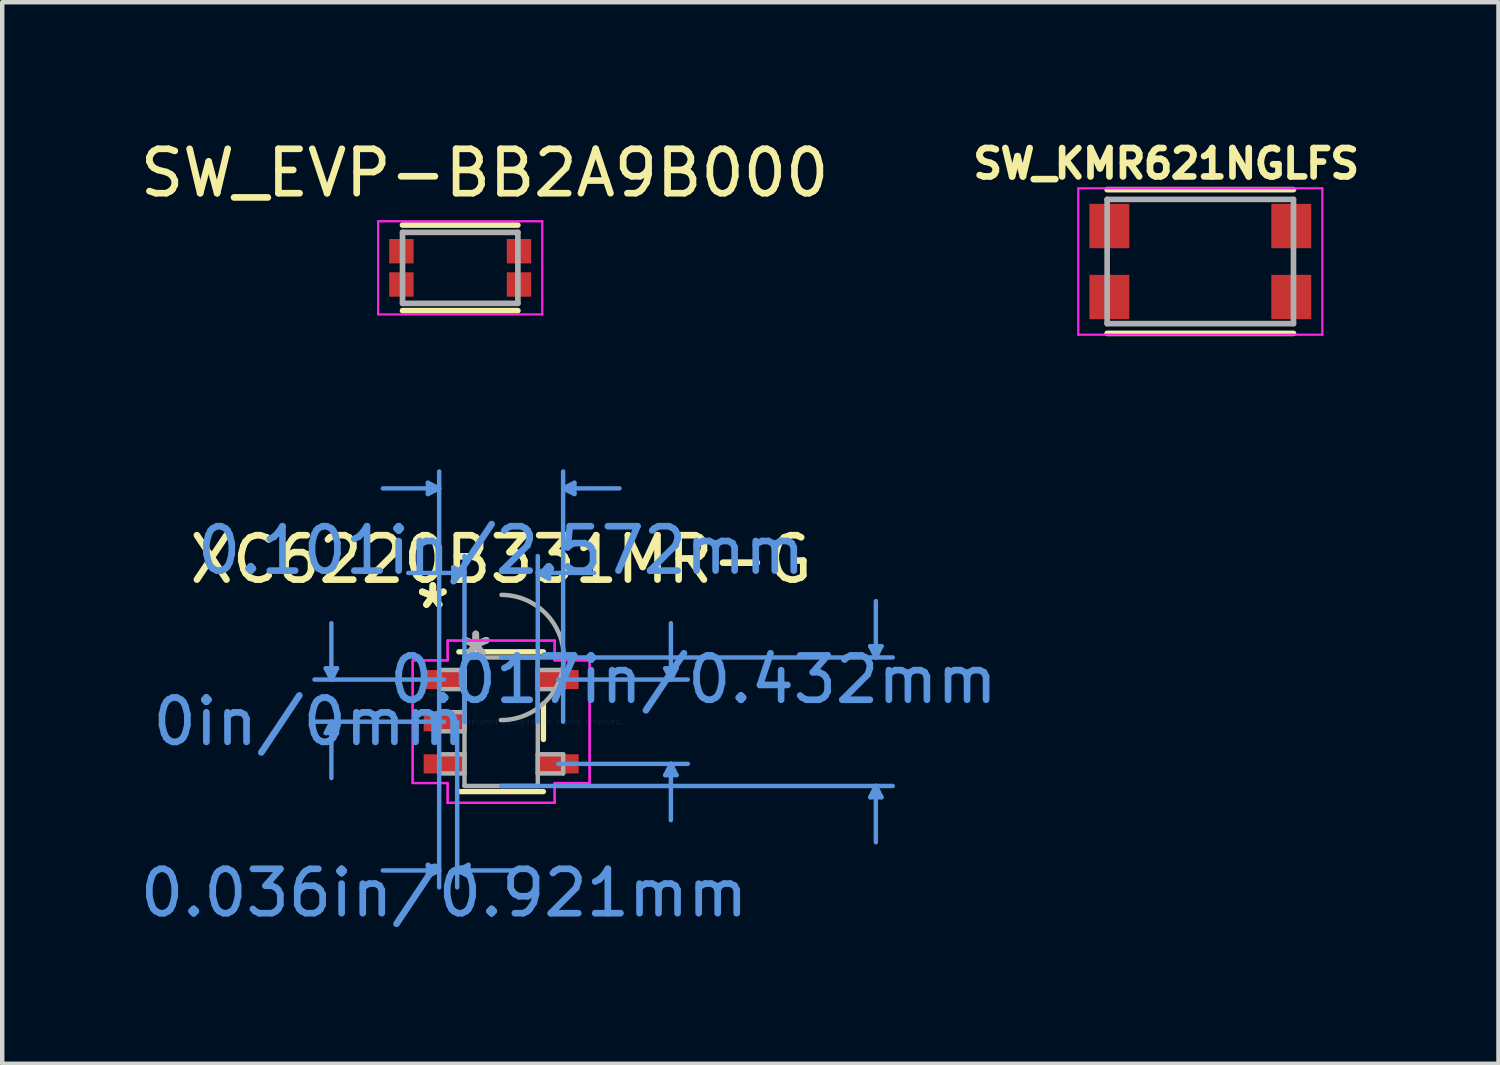
<source format=kicad_pcb>
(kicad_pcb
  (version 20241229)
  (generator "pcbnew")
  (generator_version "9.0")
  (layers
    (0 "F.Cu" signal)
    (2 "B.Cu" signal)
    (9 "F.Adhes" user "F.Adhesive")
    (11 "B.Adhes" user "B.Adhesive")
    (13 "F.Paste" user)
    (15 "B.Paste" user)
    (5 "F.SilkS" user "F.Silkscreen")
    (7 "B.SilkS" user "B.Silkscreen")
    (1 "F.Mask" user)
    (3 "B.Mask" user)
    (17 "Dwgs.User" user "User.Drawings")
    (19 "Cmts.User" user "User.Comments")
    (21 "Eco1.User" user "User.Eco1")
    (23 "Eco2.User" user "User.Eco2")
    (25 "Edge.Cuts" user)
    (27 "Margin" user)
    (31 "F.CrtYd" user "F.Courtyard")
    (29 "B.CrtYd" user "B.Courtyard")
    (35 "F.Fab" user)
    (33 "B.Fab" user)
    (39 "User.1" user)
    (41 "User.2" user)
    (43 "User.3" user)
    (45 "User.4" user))
  (footprint "XC6220B331MR-G"
    (layer "F.Cu")
    (at 8.245 13.216)
    (property "Reference" "XC6220B331MR-G" (at 0 -3.658 0) (layer "F.SilkS") (effects (font (size 1 1) (thickness 0.15))))
    (attr through_hole)
    (fp_line (start -0.953 1.575) (end 0.953 1.575) (stroke (width 0.12) (type solid)) (layer "F.SilkS"))
    (fp_line (start 0.953 -1.575) (end -0.953 -1.575) (stroke (width 0.12) (type solid)) (layer "F.SilkS"))
    (fp_line (start 0.953 0.401) (end 0.953 -0.401) (stroke (width 0.12) (type solid)) (layer "F.SilkS"))
    (fp_line (start -3.953 -1.204) (end -3.699 -1.204) (stroke (width 0.1) (type solid)) (layer "Cmts.User"))
    (fp_line (start -3.953 0.254) (end -3.699 0.254) (stroke (width 0.1) (type solid)) (layer "Cmts.User"))
    (fp_line (start -3.826 -0.95) (end -3.953 -1.204) (stroke (width 0.1) (type solid)) (layer "Cmts.User"))
    (fp_line (start -3.826 -0.95) (end -3.826 -2.22) (stroke (width 0.1) (type solid)) (layer "Cmts.User"))
    (fp_line (start -3.826 -0.95) (end -3.699 -1.204) (stroke (width 0.1) (type solid)) (layer "Cmts.User"))
    (fp_line (start -3.826 0) (end -3.953 0.254) (stroke (width 0.1) (type solid)) (layer "Cmts.User"))
    (fp_line (start -3.826 0) (end -3.826 1.27) (stroke (width 0.1) (type solid)) (layer "Cmts.User"))
    (fp_line (start -3.826 0) (end -3.699 0.254) (stroke (width 0.1) (type solid)) (layer "Cmts.User"))
    (fp_line (start -1.651 -5.385) (end -1.651 -5.131) (stroke (width 0.1) (type solid)) (layer "Cmts.User"))
    (fp_line (start -1.651 3.226) (end -1.651 3.48) (stroke (width 0.1) (type solid)) (layer "Cmts.User"))
    (fp_line (start -1.397 -5.258) (end -2.667 -5.258) (stroke (width 0.1) (type solid)) (layer "Cmts.User"))
    (fp_line (start -1.397 -5.258) (end -1.651 -5.385) (stroke (width 0.1) (type solid)) (layer "Cmts.User"))
    (fp_line (start -1.397 -5.258) (end -1.651 -5.131) (stroke (width 0.1) (type solid)) (layer "Cmts.User"))
    (fp_line (start -1.397 0) (end -1.397 -5.639) (stroke (width 0.1) (type solid)) (layer "Cmts.User"))
    (fp_line (start -1.397 0) (end -1.397 3.734) (stroke (width 0.1) (type solid)) (layer "Cmts.User"))
    (fp_line (start -1.397 3.353) (end -2.667 3.353) (stroke (width 0.1) (type solid)) (layer "Cmts.User"))
    (fp_line (start -1.397 3.353) (end -1.651 3.226) (stroke (width 0.1) (type solid)) (layer "Cmts.User"))
    (fp_line (start -1.397 3.353) (end -1.651 3.48) (stroke (width 0.1) (type solid)) (layer "Cmts.User"))
    (fp_line (start -1.286 -0.95) (end -4.207 -0.95) (stroke (width 0.1) (type solid)) (layer "Cmts.User"))
    (fp_line (start -1.286 0) (end -4.207 0) (stroke (width 0.1) (type solid)) (layer "Cmts.User"))
    (fp_line (start -1.079 -3.48) (end -1.079 -3.226) (stroke (width 0.1) (type solid)) (layer "Cmts.User"))
    (fp_line (start -0.991 0) (end -0.991 3.734) (stroke (width 0.1) (type solid)) (layer "Cmts.User"))
    (fp_line (start -0.991 3.353) (end -0.737 3.226) (stroke (width 0.1) (type solid)) (layer "Cmts.User"))
    (fp_line (start -0.991 3.353) (end -0.737 3.48) (stroke (width 0.1) (type solid)) (layer "Cmts.User"))
    (fp_line (start -0.991 3.353) (end 0.279 3.353) (stroke (width 0.1) (type solid)) (layer "Cmts.User"))
    (fp_line (start -0.826 -3.353) (end -2.095 -3.353) (stroke (width 0.1) (type solid)) (layer "Cmts.User"))
    (fp_line (start -0.826 -3.353) (end -1.079 -3.48) (stroke (width 0.1) (type solid)) (layer "Cmts.User"))
    (fp_line (start -0.826 -3.353) (end -1.079 -3.226) (stroke (width 0.1) (type solid)) (layer "Cmts.User"))
    (fp_line (start -0.826 0) (end -0.826 -3.734) (stroke (width 0.1) (type solid)) (layer "Cmts.User"))
    (fp_line (start -0.737 3.226) (end -0.737 3.48) (stroke (width 0.1) (type solid)) (layer "Cmts.User"))
    (fp_line (start 0 -1.448) (end 8.826 -1.448) (stroke (width 0.1) (type solid)) (layer "Cmts.User"))
    (fp_line (start 0 1.448) (end 8.826 1.448) (stroke (width 0.1) (type solid)) (layer "Cmts.User"))
    (fp_line (start 0.826 -3.353) (end 1.079 -3.48) (stroke (width 0.1) (type solid)) (layer "Cmts.User"))
    (fp_line (start 0.826 -3.353) (end 1.079 -3.226) (stroke (width 0.1) (type solid)) (layer "Cmts.User"))
    (fp_line (start 0.826 -3.353) (end 2.095 -3.353) (stroke (width 0.1) (type solid)) (layer "Cmts.User"))
    (fp_line (start 0.826 0) (end 0.826 -3.734) (stroke (width 0.1) (type solid)) (layer "Cmts.User"))
    (fp_line (start 1.079 -3.48) (end 1.079 -3.226) (stroke (width 0.1) (type solid)) (layer "Cmts.User"))
    (fp_line (start 1.286 -0.95) (end 4.207 -0.95) (stroke (width 0.1) (type solid)) (layer "Cmts.User"))
    (fp_line (start 1.286 0.95) (end 4.207 0.95) (stroke (width 0.1) (type solid)) (layer "Cmts.User"))
    (fp_line (start 1.397 -5.258) (end 1.651 -5.385) (stroke (width 0.1) (type solid)) (layer "Cmts.User"))
    (fp_line (start 1.397 -5.258) (end 1.651 -5.131) (stroke (width 0.1) (type solid)) (layer "Cmts.User"))
    (fp_line (start 1.397 -5.258) (end 2.667 -5.258) (stroke (width 0.1) (type solid)) (layer "Cmts.User"))
    (fp_line (start 1.397 0) (end 1.397 -5.639) (stroke (width 0.1) (type solid)) (layer "Cmts.User"))
    (fp_line (start 1.651 -5.385) (end 1.651 -5.131) (stroke (width 0.1) (type solid)) (layer "Cmts.User"))
    (fp_line (start 3.699 -1.204) (end 3.953 -1.204) (stroke (width 0.1) (type solid)) (layer "Cmts.User"))
    (fp_line (start 3.699 1.204) (end 3.953 1.204) (stroke (width 0.1) (type solid)) (layer "Cmts.User"))
    (fp_line (start 3.826 -0.95) (end 3.699 -1.204) (stroke (width 0.1) (type solid)) (layer "Cmts.User"))
    (fp_line (start 3.826 -0.95) (end 3.826 -2.22) (stroke (width 0.1) (type solid)) (layer "Cmts.User"))
    (fp_line (start 3.826 -0.95) (end 3.953 -1.204) (stroke (width 0.1) (type solid)) (layer "Cmts.User"))
    (fp_line (start 3.826 0.95) (end 3.699 1.204) (stroke (width 0.1) (type solid)) (layer "Cmts.User"))
    (fp_line (start 3.826 0.95) (end 3.826 2.22) (stroke (width 0.1) (type solid)) (layer "Cmts.User"))
    (fp_line (start 3.826 0.95) (end 3.953 1.204) (stroke (width 0.1) (type solid)) (layer "Cmts.User"))
    (fp_line (start 8.319 -1.702) (end 8.572 -1.702) (stroke (width 0.1) (type solid)) (layer "Cmts.User"))
    (fp_line (start 8.319 1.702) (end 8.572 1.702) (stroke (width 0.1) (type solid)) (layer "Cmts.User"))
    (fp_line (start 8.445 -1.448) (end 8.319 -1.702) (stroke (width 0.1) (type solid)) (layer "Cmts.User"))
    (fp_line (start 8.445 -1.448) (end 8.445 -2.718) (stroke (width 0.1) (type solid)) (layer "Cmts.User"))
    (fp_line (start 8.445 -1.448) (end 8.572 -1.702) (stroke (width 0.1) (type solid)) (layer "Cmts.User"))
    (fp_line (start 8.445 1.448) (end 8.319 1.702) (stroke (width 0.1) (type solid)) (layer "Cmts.User"))
    (fp_line (start 8.445 1.448) (end 8.445 2.718) (stroke (width 0.1) (type solid)) (layer "Cmts.User"))
    (fp_line (start 8.445 1.448) (end 8.572 1.702) (stroke (width 0.1) (type solid)) (layer "Cmts.User"))
    (fp_line (start -1.994 -1.382) (end -1.206 -1.382) (stroke (width 0.05) (type solid)) (layer "F.CrtYd"))
    (fp_line (start -1.994 -1.382) (end -1.206 -1.382) (stroke (width 0.05) (type solid)) (layer "F.CrtYd"))
    (fp_line (start -1.994 1.382) (end -1.994 -1.382) (stroke (width 0.05) (type solid)) (layer "F.CrtYd"))
    (fp_line (start -1.994 1.382) (end -1.994 -1.382) (stroke (width 0.05) (type solid)) (layer "F.CrtYd"))
    (fp_line (start -1.206 -1.829) (end 1.206 -1.829) (stroke (width 0.05) (type solid)) (layer "F.CrtYd"))
    (fp_line (start -1.206 -1.829) (end 1.206 -1.829) (stroke (width 0.05) (type solid)) (layer "F.CrtYd"))
    (fp_line (start -1.206 -1.382) (end -1.206 -1.829) (stroke (width 0.05) (type solid)) (layer "F.CrtYd"))
    (fp_line (start -1.206 -1.382) (end -1.206 -1.829) (stroke (width 0.05) (type solid)) (layer "F.CrtYd"))
    (fp_line (start -1.206 1.382) (end -1.994 1.382) (stroke (width 0.05) (type solid)) (layer "F.CrtYd"))
    (fp_line (start -1.206 1.382) (end -1.994 1.382) (stroke (width 0.05) (type solid)) (layer "F.CrtYd"))
    (fp_line (start -1.206 1.829) (end -1.206 1.382) (stroke (width 0.05) (type solid)) (layer "F.CrtYd"))
    (fp_line (start -1.206 1.829) (end -1.206 1.382) (stroke (width 0.05) (type solid)) (layer "F.CrtYd"))
    (fp_line (start 1.206 -1.829) (end 1.206 -1.382) (stroke (width 0.05) (type solid)) (layer "F.CrtYd"))
    (fp_line (start 1.206 -1.829) (end 1.206 -1.382) (stroke (width 0.05) (type solid)) (layer "F.CrtYd"))
    (fp_line (start 1.206 -1.382) (end 1.994 -1.382) (stroke (width 0.05) (type solid)) (layer "F.CrtYd"))
    (fp_line (start 1.206 -1.382) (end 1.994 -1.382) (stroke (width 0.05) (type solid)) (layer "F.CrtYd"))
    (fp_line (start 1.206 1.382) (end 1.206 1.829) (stroke (width 0.05) (type solid)) (layer "F.CrtYd"))
    (fp_line (start 1.206 1.382) (end 1.206 1.829) (stroke (width 0.05) (type solid)) (layer "F.CrtYd"))
    (fp_line (start 1.206 1.829) (end -1.206 1.829) (stroke (width 0.05) (type solid)) (layer "F.CrtYd"))
    (fp_line (start 1.206 1.829) (end -1.206 1.829) (stroke (width 0.05) (type solid)) (layer "F.CrtYd"))
    (fp_line (start 1.994 -1.382) (end 1.994 1.382) (stroke (width 0.05) (type solid)) (layer "F.CrtYd"))
    (fp_line (start 1.994 -1.382) (end 1.994 1.382) (stroke (width 0.05) (type solid)) (layer "F.CrtYd"))
    (fp_line (start 1.994 1.382) (end 1.206 1.382) (stroke (width 0.05) (type solid)) (layer "F.CrtYd"))
    (fp_line (start 1.994 1.382) (end 1.206 1.382) (stroke (width 0.05) (type solid)) (layer "F.CrtYd"))
    (fp_line (start -1.397 -1.166) (end -1.397 -0.734) (stroke (width 0.1) (type solid)) (layer "F.Fab"))
    (fp_line (start -1.397 -0.734) (end -0.826 -0.734) (stroke (width 0.1) (type solid)) (layer "F.Fab"))
    (fp_line (start -1.397 -0.216) (end -1.397 0.216) (stroke (width 0.1) (type solid)) (layer "F.Fab"))
    (fp_line (start -1.397 0.216) (end -0.826 0.216) (stroke (width 0.1) (type solid)) (layer "F.Fab"))
    (fp_line (start -1.397 0.734) (end -1.397 1.166) (stroke (width 0.1) (type solid)) (layer "F.Fab"))
    (fp_line (start -1.397 1.166) (end -0.826 1.166) (stroke (width 0.1) (type solid)) (layer "F.Fab"))
    (fp_line (start -0.826 -1.448) (end -0.826 1.448) (stroke (width 0.1) (type solid)) (layer "F.Fab"))
    (fp_line (start -0.826 -1.166) (end -1.397 -1.166) (stroke (width 0.1) (type solid)) (layer "F.Fab"))
    (fp_line (start -0.826 -0.734) (end -0.826 -1.166) (stroke (width 0.1) (type solid)) (layer "F.Fab"))
    (fp_line (start -0.826 -0.216) (end -1.397 -0.216) (stroke (width 0.1) (type solid)) (layer "F.Fab"))
    (fp_line (start -0.826 0.216) (end -0.826 -0.216) (stroke (width 0.1) (type solid)) (layer "F.Fab"))
    (fp_line (start -0.826 0.734) (end -1.397 0.734) (stroke (width 0.1) (type solid)) (layer "F.Fab"))
    (fp_line (start -0.826 1.166) (end -0.826 0.734) (stroke (width 0.1) (type solid)) (layer "F.Fab"))
    (fp_line (start -0.826 1.448) (end 0.826 1.448) (stroke (width 0.1) (type solid)) (layer "F.Fab"))
    (fp_line (start 0.826 -1.448) (end -0.826 -1.448) (stroke (width 0.1) (type solid)) (layer "F.Fab"))
    (fp_line (start 0.826 -1.166) (end 0.826 -0.734) (stroke (width 0.1) (type solid)) (layer "F.Fab"))
    (fp_line (start 0.826 -0.734) (end 1.397 -0.734) (stroke (width 0.1) (type solid)) (layer "F.Fab"))
    (fp_line (start 0.826 0.734) (end 0.826 1.166) (stroke (width 0.1) (type solid)) (layer "F.Fab"))
    (fp_line (start 0.826 1.166) (end 1.397 1.166) (stroke (width 0.1) (type solid)) (layer "F.Fab"))
    (fp_line (start 0.826 1.448) (end 0.826 -1.448) (stroke (width 0.1) (type solid)) (layer "F.Fab"))
    (fp_line (start 1.397 -1.166) (end 0.826 -1.166) (stroke (width 0.1) (type solid)) (layer "F.Fab"))
    (fp_line (start 1.397 -0.734) (end 1.397 -1.166) (stroke (width 0.1) (type solid)) (layer "F.Fab"))
    (fp_line (start 1.397 0.734) (end 0.826 0.734) (stroke (width 0.1) (type solid)) (layer "F.Fab"))
    (fp_line (start 1.397 1.166) (end 1.397 0.734) (stroke (width 0.1) (type solid)) (layer "F.Fab"))
    (fp_arc (start 0.007742 -2.858826) (mid 1.411026 -1.440058) (end -0.007742 -0.036774) (stroke (width 0.1) (type solid)) (layer "F.Fab"))
    (fp_text user "*" (at -1.54 -2.525 0) (layer "F.SilkS") (effects (font (size 1 1) (thickness 0.15))))
    (fp_text user "*" (at -1.54 -2.525 0) (layer "F.SilkS") (effects (font (size 1 1) (thickness 0.15))))
    (fp_text user "0.101in/2.572mm" (at 0 -3.861 0) (layer "Cmts.User") (effects (font (size 1 1) (thickness 0.15))))
    (fp_text user "0.036in/0.921mm" (at -1.286 3.861 0) (layer "Cmts.User") (effects (font (size 1 1) (thickness 0.15))))
    (fp_text user "Copyright 2021 Accelerated Designs. All rights reserved." (at 0 0 0) (layer "Cmts.User") (effects (font (size 0.127 0.127) (thickness 0.002))))
    (fp_text user "0.017in/0.432mm" (at 4.334 -0.95 0) (layer "Cmts.User") (effects (font (size 1 1) (thickness 0.15))))
    (fp_text user "0in/0mm" (at -4.334 0 0) (layer "Cmts.User") (effects (font (size 1 1) (thickness 0.15))))
    (fp_text user "*" (at -0.572 -1.433 0) (layer "F.Fab") (effects (font (size 1 1) (thickness 0.15))))
    (fp_text user "*" (at -0.572 -1.433 0) (layer "F.Fab") (effects (font (size 1 1) (thickness 0.15))))
    (pad "1" smd rect (at -1.286 -0.95) (size 0.921 0.432) (layers "F.Cu" "F.Mask" "F.Paste"))
    (pad "2" smd rect (at -1.286 0) (size 0.921 0.432) (layers "F.Cu" "F.Mask" "F.Paste"))
    (pad "3" smd rect (at -1.286 0.95) (size 0.921 0.432) (layers "F.Cu" "F.Mask" "F.Paste"))
    (pad "4" smd rect (at 1.286 0.95) (size 0.921 0.432) (layers "F.Cu" "F.Mask" "F.Paste"))
    (pad "5" smd rect (at 1.286 -0.95) (size 0.921 0.432) (layers "F.Cu" "F.Mask" "F.Paste")))
  (footprint "SW_KMR621NGLFS"
    (layer "F.Cu")
    (at 24.003 2.844)
    (property "Reference" "SW_KMR621NGLFS" (at -0.768 -2.206 0) (layer "F.SilkS") (effects (font (size 0.64 0.64) (thickness 0.15))))
    (attr through_hole)
    (fp_line (start -2.1 -1.62) (end 2.1 -1.62) (stroke (width 0.127) (type solid)) (layer "F.SilkS"))
    (fp_line (start 2.1 1.62) (end -2.1 1.62) (stroke (width 0.127) (type solid)) (layer "F.SilkS"))
    (fp_line (start -2.75 -1.65) (end 2.75 -1.65) (stroke (width 0.05) (type solid)) (layer "F.CrtYd"))
    (fp_line (start -2.75 1.65) (end -2.75 -1.65) (stroke (width 0.05) (type solid)) (layer "F.CrtYd"))
    (fp_line (start 2.75 -1.65) (end 2.75 1.65) (stroke (width 0.05) (type solid)) (layer "F.CrtYd"))
    (fp_line (start 2.75 1.65) (end -2.75 1.65) (stroke (width 0.05) (type solid)) (layer "F.CrtYd"))
    (fp_line (start -2.1 -1.4) (end 2.1 -1.4) (stroke (width 0.127) (type solid)) (layer "F.Fab"))
    (fp_line (start -2.1 1.4) (end -2.1 -1.4) (stroke (width 0.127) (type solid)) (layer "F.Fab"))
    (fp_line (start 2.1 -1.4) (end 2.1 1.4) (stroke (width 0.127) (type solid)) (layer "F.Fab"))
    (fp_line (start 2.1 1.4) (end -2.1 1.4) (stroke (width 0.127) (type solid)) (layer "F.Fab"))
    (pad "1_1" smd rect (at -2.05 -0.8) (size 0.9 1) (layers "F.Cu" "F.Mask" "F.Paste"))
    (pad "1_2" smd rect (at 2.05 -0.8) (size 0.9 1) (layers "F.Cu" "F.Mask" "F.Paste"))
    (pad "2_1" smd rect (at -2.05 0.8) (size 0.9 1) (layers "F.Cu" "F.Mask" "F.Paste"))
    (pad "2_2" smd rect (at 2.05 0.8) (size 0.9 1) (layers "F.Cu" "F.Mask" "F.Paste")))
  (footprint "SW_EVP-BB2A9B000"
    (layer "F.Cu")
    (at 7.322 2.987)
    (property "Reference" "SW_EVP-BB2A9B000" (at 0.551 -2.138 0) (layer "F.SilkS") (effects (font (size 1.001 1.001) (thickness 0.15))))
    (attr through_hole)
    (fp_line (start -1.3 -0.964) (end 1.3 -0.964) (stroke (width 0.127) (type solid)) (layer "F.SilkS"))
    (fp_line (start -1.3 0.964) (end 1.3 0.964) (stroke (width 0.127) (type solid)) (layer "F.SilkS"))
    (fp_poly (pts (xy -1.55 -0.6) (xy -1.1 -0.6) (xy -1.1 -0.15) (xy -1.55 -0.15)) (stroke (width 0.01) (type solid)) (fill yes) (layer "F.Paste"))
    (fp_poly (pts (xy -1.55 0.15) (xy -1.1 0.15) (xy -1.1 0.6) (xy -1.55 0.6)) (stroke (width 0.01) (type solid)) (fill yes) (layer "F.Paste"))
    (fp_poly (pts (xy 1.1 -0.6) (xy 1.55 -0.6) (xy 1.55 -0.15) (xy 1.1 -0.15)) (stroke (width 0.01) (type solid)) (fill yes) (layer "F.Paste"))
    (fp_poly (pts (xy 1.1 0.15) (xy 1.55 0.15) (xy 1.55 0.6) (xy 1.1 0.6)) (stroke (width 0.01) (type solid)) (fill yes) (layer "F.Paste"))
    (fp_line (start -1.85 -1.05) (end 1.85 -1.05) (stroke (width 0.05) (type solid)) (layer "F.CrtYd"))
    (fp_line (start -1.85 1.05) (end -1.85 -1.05) (stroke (width 0.05) (type solid)) (layer "F.CrtYd"))
    (fp_line (start 1.85 -1.05) (end 1.85 1.05) (stroke (width 0.05) (type solid)) (layer "F.CrtYd"))
    (fp_line (start 1.85 1.05) (end -1.85 1.05) (stroke (width 0.05) (type solid)) (layer "F.CrtYd"))
    (fp_line (start -1.3 -0.8) (end 1.3 -0.8) (stroke (width 0.127) (type solid)) (layer "F.Fab"))
    (fp_line (start -1.3 0.8) (end -1.3 -0.8) (stroke (width 0.127) (type solid)) (layer "F.Fab"))
    (fp_line (start 1.3 -0.8) (end 1.3 0.8) (stroke (width 0.127) (type solid)) (layer "F.Fab"))
    (fp_line (start 1.3 0.8) (end -1.3 0.8) (stroke (width 0.127) (type solid)) (layer "F.Fab"))
    (pad "A1" smd rect (at -1.325 -0.375) (size 0.55 0.55) (layers "F.Cu" "F.Mask"))
    (pad "A2" smd rect (at -1.325 0.375) (size 0.55 0.55) (layers "F.Cu" "F.Mask"))
    (pad "B1" smd rect (at 1.325 -0.375) (size 0.55 0.55) (layers "F.Cu" "F.Mask"))
    (pad "B2" smd rect (at 1.325 0.375) (size 0.55 0.55) (layers "F.Cu" "F.Mask"))
    (zone (net_name "") (layer "F.Cu") (hatch full 0.508) (connect_pads) (min_thickness 0.01) (filled_areas_thickness no) (keepout (tracks not_allowed) (vias not_allowed) (pads not_allowed) (copperpour not_allowed) (footprints allowed)) (placement (enabled no)) (fill) (polygon (pts (xy 6.32 2.187) (xy 8.322 2.187) (xy 8.322 3.789) (xy 6.32 3.789)))))
  (gr_rect
    (start -3 -3)
    (end 30.723 20.925)
    (stroke (width 0.1) (type default))
    (fill no)
    (layer "Edge.Cuts")))
</source>
